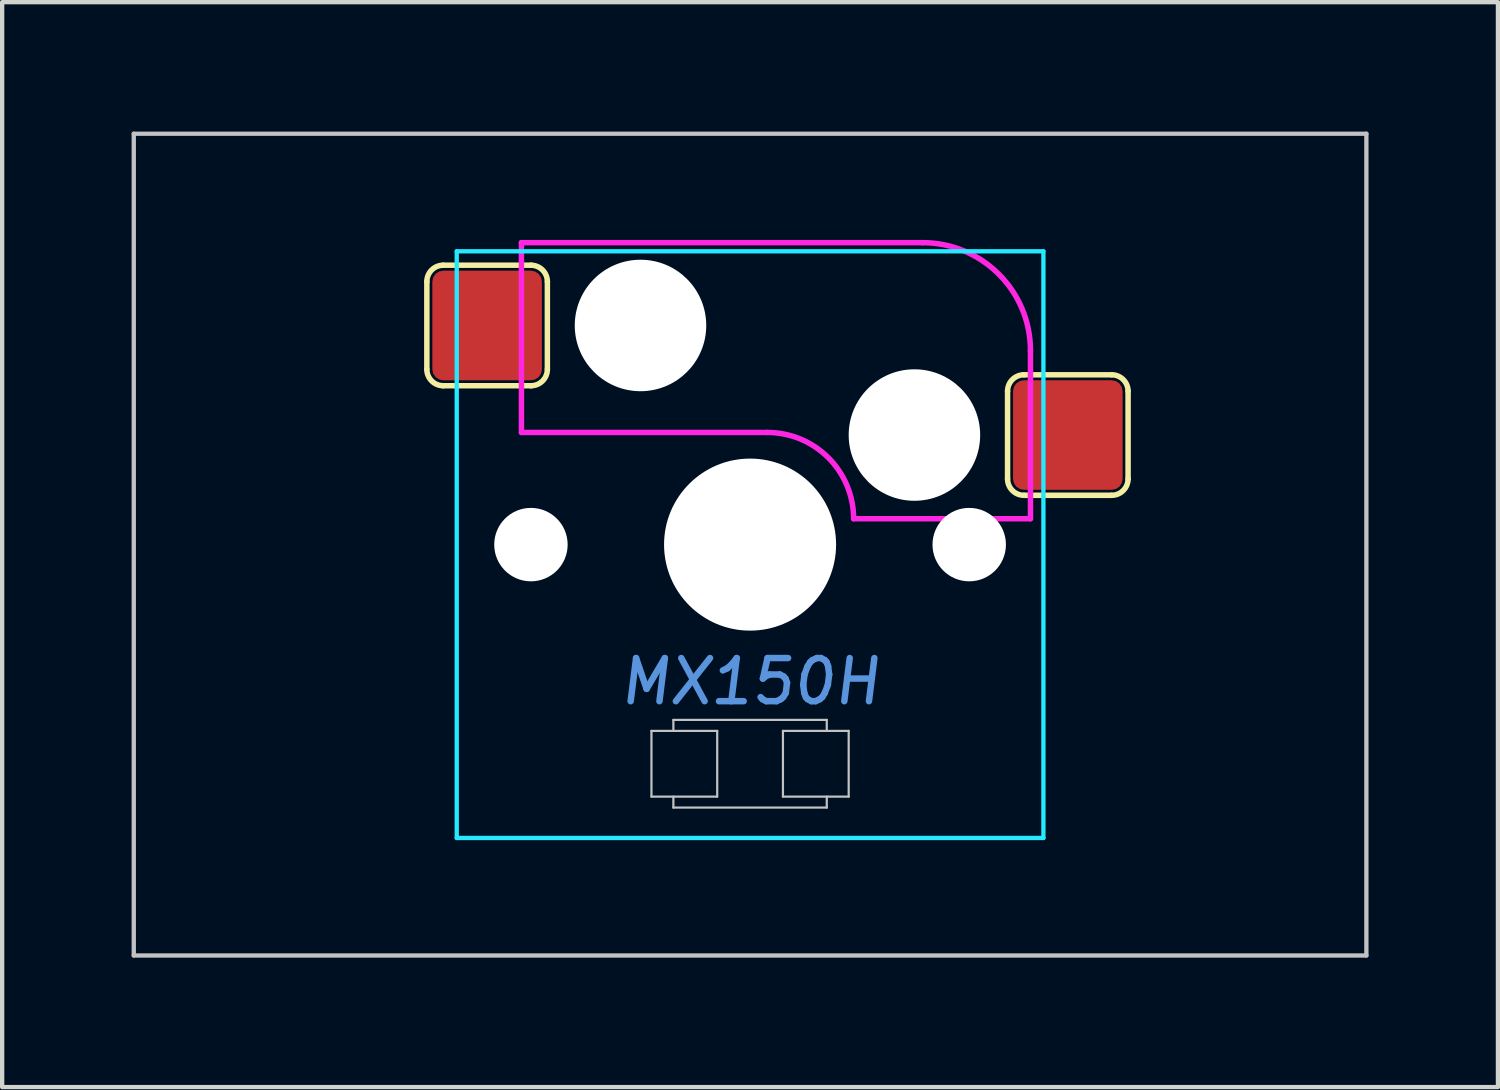
<source format=kicad_pcb>
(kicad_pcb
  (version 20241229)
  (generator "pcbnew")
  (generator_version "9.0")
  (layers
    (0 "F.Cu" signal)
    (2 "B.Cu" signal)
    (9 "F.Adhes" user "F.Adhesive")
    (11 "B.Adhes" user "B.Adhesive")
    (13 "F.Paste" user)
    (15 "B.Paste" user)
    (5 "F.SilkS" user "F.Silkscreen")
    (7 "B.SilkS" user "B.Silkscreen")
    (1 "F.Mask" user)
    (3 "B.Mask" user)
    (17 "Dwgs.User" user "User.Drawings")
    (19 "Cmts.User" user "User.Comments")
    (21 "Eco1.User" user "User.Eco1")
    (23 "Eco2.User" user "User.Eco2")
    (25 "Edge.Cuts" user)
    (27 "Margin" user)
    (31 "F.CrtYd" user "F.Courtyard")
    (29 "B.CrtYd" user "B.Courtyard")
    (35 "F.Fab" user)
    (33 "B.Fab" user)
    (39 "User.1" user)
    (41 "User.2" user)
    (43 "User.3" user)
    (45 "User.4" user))
  (footprint "MX150H"
    (layer "F.Cu")
    (at 14.338 9.575)
    (property "Reference" "MX150H" (at 0 3.175 0) (layer "Cmts.User") (effects (font (size 1 1) (thickness 0.15) (italic yes))))
    (attr smd)
    (fp_line (start -7.493 -6.096) (end -7.493 -4.064) (stroke (width 0.127) (type solid)) (layer "F.SilkS"))
    (fp_line (start -5.08 -6.477) (end -7.112 -6.477) (stroke (width 0.127) (type solid)) (layer "F.SilkS"))
    (fp_line (start -5.08 -3.683) (end -7.112 -3.683) (stroke (width 0.127) (type solid)) (layer "F.SilkS"))
    (fp_line (start -4.699 -6.096) (end -4.699 -4.064) (stroke (width 0.127) (type solid)) (layer "F.SilkS"))
    (fp_line (start 5.969 -3.556) (end 5.969 -1.524) (stroke (width 0.127) (type solid)) (layer "F.SilkS"))
    (fp_line (start 8.382 -3.937) (end 6.35 -3.937) (stroke (width 0.127) (type solid)) (layer "F.SilkS"))
    (fp_line (start 8.382 -1.143) (end 6.35 -1.143) (stroke (width 0.127) (type solid)) (layer "F.SilkS"))
    (fp_line (start 8.763 -3.556) (end 8.763 -1.524) (stroke (width 0.127) (type solid)) (layer "F.SilkS"))
    (fp_arc (start -7.493 -6.096) (mid -7.381408 -6.365408) (end -7.112 -6.477) (stroke (width 0.127) (type solid)) (layer "F.SilkS"))
    (fp_arc (start -7.112 -3.683) (mid -7.381408 -3.794592) (end -7.493 -4.064) (stroke (width 0.127) (type solid)) (layer "F.SilkS"))
    (fp_arc (start -5.08 -6.477) (mid -4.810592 -6.365408) (end -4.699 -6.096) (stroke (width 0.127) (type solid)) (layer "F.SilkS"))
    (fp_arc (start -4.699 -4.064) (mid -4.810592 -3.794592) (end -5.08 -3.683) (stroke (width 0.127) (type solid)) (layer "F.SilkS"))
    (fp_arc (start 5.969 -3.556) (mid 6.080592 -3.825408) (end 6.35 -3.937) (stroke (width 0.127) (type solid)) (layer "F.SilkS"))
    (fp_arc (start 6.35 -1.143) (mid 6.080592 -1.254592) (end 5.969 -1.524) (stroke (width 0.127) (type solid)) (layer "F.SilkS"))
    (fp_arc (start 8.382 -3.937) (mid 8.651408 -3.825408) (end 8.763 -3.556) (stroke (width 0.127) (type solid)) (layer "F.SilkS"))
    (fp_arc (start 8.763 -1.524) (mid 8.651408 -1.254592) (end 8.382 -1.143) (stroke (width 0.127) (type solid)) (layer "F.SilkS"))
    (fp_line (start -14.287 -9.525) (end -14.287 9.525) (stroke (width 0.1) (type solid)) (layer "Dwgs.User"))
    (fp_line (start -14.287 -9.525) (end 14.287 -9.525) (stroke (width 0.1) (type solid)) (layer "Dwgs.User"))
    (fp_line (start -14.287 9.525) (end 14.287 9.525) (stroke (width 0.1) (type solid)) (layer "Dwgs.User"))
    (fp_line (start -2.286 4.318) (end -2.286 5.842) (stroke (width 0.051) (type solid)) (layer "Dwgs.User"))
    (fp_line (start -2.286 5.842) (end -0.762 5.842) (stroke (width 0.051) (type solid)) (layer "Dwgs.User"))
    (fp_line (start -1.778 4.064) (end -1.778 4.318) (stroke (width 0.051) (type solid)) (layer "Dwgs.User"))
    (fp_line (start -1.778 6.096) (end -1.778 5.842) (stroke (width 0.051) (type solid)) (layer "Dwgs.User"))
    (fp_line (start -1.778 6.096) (end 1.778 6.096) (stroke (width 0.051) (type solid)) (layer "Dwgs.User"))
    (fp_line (start -0.762 4.318) (end -2.286 4.318) (stroke (width 0.051) (type solid)) (layer "Dwgs.User"))
    (fp_line (start -0.762 5.842) (end -0.762 4.318) (stroke (width 0.051) (type solid)) (layer "Dwgs.User"))
    (fp_line (start 0.762 4.318) (end 2.286 4.318) (stroke (width 0.051) (type solid)) (layer "Dwgs.User"))
    (fp_line (start 0.762 5.842) (end 0.762 4.318) (stroke (width 0.051) (type solid)) (layer "Dwgs.User"))
    (fp_line (start 1.778 4.064) (end -1.778 4.064) (stroke (width 0.051) (type solid)) (layer "Dwgs.User"))
    (fp_line (start 1.778 4.318) (end 1.778 4.064) (stroke (width 0.051) (type solid)) (layer "Dwgs.User"))
    (fp_line (start 1.778 6.096) (end 1.778 5.842) (stroke (width 0.051) (type solid)) (layer "Dwgs.User"))
    (fp_line (start 2.286 4.318) (end 2.286 5.842) (stroke (width 0.051) (type solid)) (layer "Dwgs.User"))
    (fp_line (start 2.286 5.842) (end 0.762 5.842) (stroke (width 0.051) (type solid)) (layer "Dwgs.User"))
    (fp_line (start 14.287 9.525) (end 14.287 -9.525) (stroke (width 0.1) (type solid)) (layer "Dwgs.User"))
    (fp_line (start -8.001 -5.715) (end -8.001 -3.175) (stroke (width 0.1) (type solid)) (layer "Eco1.User"))
    (fp_line (start -8.001 5.715) (end -8.001 3.175) (stroke (width 0.1) (type solid)) (layer "Eco1.User"))
    (fp_line (start -7.747 -5.969) (end -7.239 -5.969) (stroke (width 0.1) (type solid)) (layer "Eco1.User"))
    (fp_line (start -7.747 -2.921) (end -7.239 -2.921) (stroke (width 0.1) (type solid)) (layer "Eco1.User"))
    (fp_line (start -7.747 2.921) (end -7.239 2.921) (stroke (width 0.1) (type solid)) (layer "Eco1.User"))
    (fp_line (start -7.747 5.969) (end -7.239 5.969) (stroke (width 0.1) (type solid)) (layer "Eco1.User"))
    (fp_line (start -6.985 -6.223) (end -6.985 -6.731) (stroke (width 0.1) (type solid)) (layer "Eco1.User"))
    (fp_line (start -6.985 -2.667) (end -6.985 2.667) (stroke (width 0.1) (type solid)) (layer "Eco1.User"))
    (fp_line (start -6.985 6.223) (end -6.985 6.731) (stroke (width 0.1) (type solid)) (layer "Eco1.User"))
    (fp_line (start -2.159 0) (end 2.159 0) (stroke (width 0.1) (type solid)) (layer "Eco1.User"))
    (fp_line (start 0 -2.286) (end 0 2.286) (stroke (width 0.1) (type solid)) (layer "Eco1.User"))
    (fp_line (start 6.731 -6.985) (end -6.731 -6.985) (stroke (width 0.1) (type solid)) (layer "Eco1.User"))
    (fp_line (start 6.731 6.985) (end -6.731 6.985) (stroke (width 0.1) (type solid)) (layer "Eco1.User"))
    (fp_line (start 6.985 -6.223) (end 6.985 -6.731) (stroke (width 0.1) (type solid)) (layer "Eco1.User"))
    (fp_line (start 6.985 2.667) (end 6.985 -2.667) (stroke (width 0.1) (type solid)) (layer "Eco1.User"))
    (fp_line (start 6.985 6.223) (end 6.985 6.731) (stroke (width 0.1) (type solid)) (layer "Eco1.User"))
    (fp_line (start 7.747 -5.969) (end 7.239 -5.969) (stroke (width 0.1) (type solid)) (layer "Eco1.User"))
    (fp_line (start 7.747 -2.921) (end 7.239 -2.921) (stroke (width 0.1) (type solid)) (layer "Eco1.User"))
    (fp_line (start 7.747 2.921) (end 7.239 2.921) (stroke (width 0.1) (type solid)) (layer "Eco1.User"))
    (fp_line (start 7.747 5.969) (end 7.239 5.969) (stroke (width 0.1) (type solid)) (layer "Eco1.User"))
    (fp_line (start 8.001 -5.715) (end 8.001 -3.175) (stroke (width 0.1) (type solid)) (layer "Eco1.User"))
    (fp_line (start 8.001 5.715) (end 8.001 3.175) (stroke (width 0.1) (type solid)) (layer "Eco1.User"))
    (fp_arc (start -8.001 -5.715) (mid -7.926605 -5.894605) (end -7.747 -5.969) (stroke (width 0.1) (type solid)) (layer "Eco1.User"))
    (fp_arc (start -8.001 3.175) (mid -7.926605 2.995395) (end -7.747 2.921) (stroke (width 0.1) (type solid)) (layer "Eco1.User"))
    (fp_arc (start -7.747 -2.921) (mid -7.926605 -2.995395) (end -8.001 -3.175) (stroke (width 0.1) (type solid)) (layer "Eco1.User"))
    (fp_arc (start -7.747 5.969) (mid -7.926605 5.894605) (end -8.001 5.715) (stroke (width 0.1) (type solid)) (layer "Eco1.User"))
    (fp_arc (start -7.239 -2.921) (mid -7.059395 -2.846605) (end -6.985 -2.667) (stroke (width 0.1) (type solid)) (layer "Eco1.User"))
    (fp_arc (start -7.239 5.969) (mid -7.059395 6.043395) (end -6.985 6.223) (stroke (width 0.1) (type solid)) (layer "Eco1.User"))
    (fp_arc (start -6.985 -6.731) (mid -6.910605 -6.910605) (end -6.731 -6.985) (stroke (width 0.1) (type solid)) (layer "Eco1.User"))
    (fp_arc (start -6.985 -6.223) (mid -7.059395 -6.043395) (end -7.239 -5.969) (stroke (width 0.1) (type solid)) (layer "Eco1.User"))
    (fp_arc (start -6.985 2.667) (mid -7.059395 2.846605) (end -7.239 2.921) (stroke (width 0.1) (type solid)) (layer "Eco1.User"))
    (fp_arc (start -6.731 6.985) (mid -6.910605 6.910605) (end -6.985 6.731) (stroke (width 0.1) (type solid)) (layer "Eco1.User"))
    (fp_arc (start 6.731 -6.985) (mid 6.910605 -6.910605) (end 6.985 -6.731) (stroke (width 0.1) (type solid)) (layer "Eco1.User"))
    (fp_arc (start 6.985 -2.667) (mid 7.059395 -2.846605) (end 7.239 -2.921) (stroke (width 0.1) (type solid)) (layer "Eco1.User"))
    (fp_arc (start 6.985 6.223) (mid 7.059395 6.043395) (end 7.239 5.969) (stroke (width 0.1) (type solid)) (layer "Eco1.User"))
    (fp_arc (start 6.985 6.731) (mid 6.910605 6.910605) (end 6.731 6.985) (stroke (width 0.1) (type solid)) (layer "Eco1.User"))
    (fp_arc (start 7.239 -5.969) (mid 7.059395 -6.043395) (end 6.985 -6.223) (stroke (width 0.1) (type solid)) (layer "Eco1.User"))
    (fp_arc (start 7.239 2.921) (mid 7.059395 2.846605) (end 6.985 2.667) (stroke (width 0.1) (type solid)) (layer "Eco1.User"))
    (fp_arc (start 7.747 -5.969) (mid 7.926605 -5.894605) (end 8.001 -5.715) (stroke (width 0.1) (type solid)) (layer "Eco1.User"))
    (fp_arc (start 7.747 2.921) (mid 7.926605 2.995395) (end 8.001 3.175) (stroke (width 0.1) (type solid)) (layer "Eco1.User"))
    (fp_arc (start 8.001 -3.175) (mid 7.926605 -2.995395) (end 7.747 -2.921) (stroke (width 0.1) (type solid)) (layer "Eco1.User"))
    (fp_arc (start 8.001 5.715) (mid 7.926605 5.894605) (end 7.747 5.969) (stroke (width 0.1) (type solid)) (layer "Eco1.User"))
    (fp_circle (center 0 0) (end 1.905 0) (stroke (width 0.1) (type solid)) (fill no) (layer "Eco1.User"))
    (fp_line (start -6.8 -6.8) (end -6.8 6.8) (stroke (width 0.1) (type solid)) (layer "B.CrtYd"))
    (fp_line (start -6.8 -6.8) (end 6.8 -6.8) (stroke (width 0.1) (type solid)) (layer "B.CrtYd"))
    (fp_line (start 6.8 6.8) (end -6.8 6.8) (stroke (width 0.1) (type solid)) (layer "B.CrtYd"))
    (fp_line (start 6.8 6.8) (end 6.8 -6.8) (stroke (width 0.1) (type solid)) (layer "B.CrtYd"))
    (fp_line (start -5.3 -7) (end -5.3 -2.6) (stroke (width 0.127) (type solid)) (layer "F.CrtYd"))
    (fp_line (start -5.3 -7) (end 4 -7) (stroke (width 0.127) (type solid)) (layer "F.CrtYd"))
    (fp_line (start 0.4 -2.6) (end -5.3 -2.6) (stroke (width 0.127) (type solid)) (layer "F.CrtYd"))
    (fp_line (start 6.5 -4.5) (end 6.5 -0.6) (stroke (width 0.127) (type solid)) (layer "F.CrtYd"))
    (fp_line (start 6.5 -0.6) (end 2.4 -0.6) (stroke (width 0.127) (type solid)) (layer "F.CrtYd"))
    (fp_arc (start 0.4 -2.6) (mid 1.814214 -2.014214) (end 2.4 -0.6) (stroke (width 0.127) (type solid)) (layer "F.CrtYd"))
    (fp_arc (start 4 -7) (mid 5.767767 -6.267767) (end 6.5 -4.5) (stroke (width 0.127) (type solid)) (layer "F.CrtYd"))
    (pad "" np_thru_hole circle (at -5.08 0) (size 1.702 1.702) (drill 1.702) (layers "*.Cu" "*.Mask"))
    (pad "" np_thru_hole circle (at -2.54 -5.08) (size 3.048 3.048) (drill 3.048) (layers "*.Cu" "*.Mask"))
    (pad "" np_thru_hole circle (at 0 0) (size 3.988 3.988) (drill 3.988) (layers "*.Cu" "*.Mask"))
    (pad "" np_thru_hole circle (at 3.81 -2.54 90) (size 3.048 3.048) (drill 3.048) (layers "*.Cu" "*.Mask"))
    (pad "" np_thru_hole circle (at 5.08 0) (size 1.702 1.702) (drill 1.702) (layers "*.Cu" "*.Mask"))
    (pad "1" smd roundrect (at -6.096 -5.08) (size 2.54 2.54) (layers "F.Cu" "F.Mask") (roundrect_rratio 0.1))
    (pad "2" smd roundrect (at 7.366 -2.54) (size 2.54 2.54) (layers "F.Cu" "F.Mask") (roundrect_rratio 0.1)))
  (gr_rect
    (start -3 -3)
    (end 31.675 22.15)
    (stroke (width 0.1) (type default))
    (fill no)
    (layer "Edge.Cuts")))
</source>
